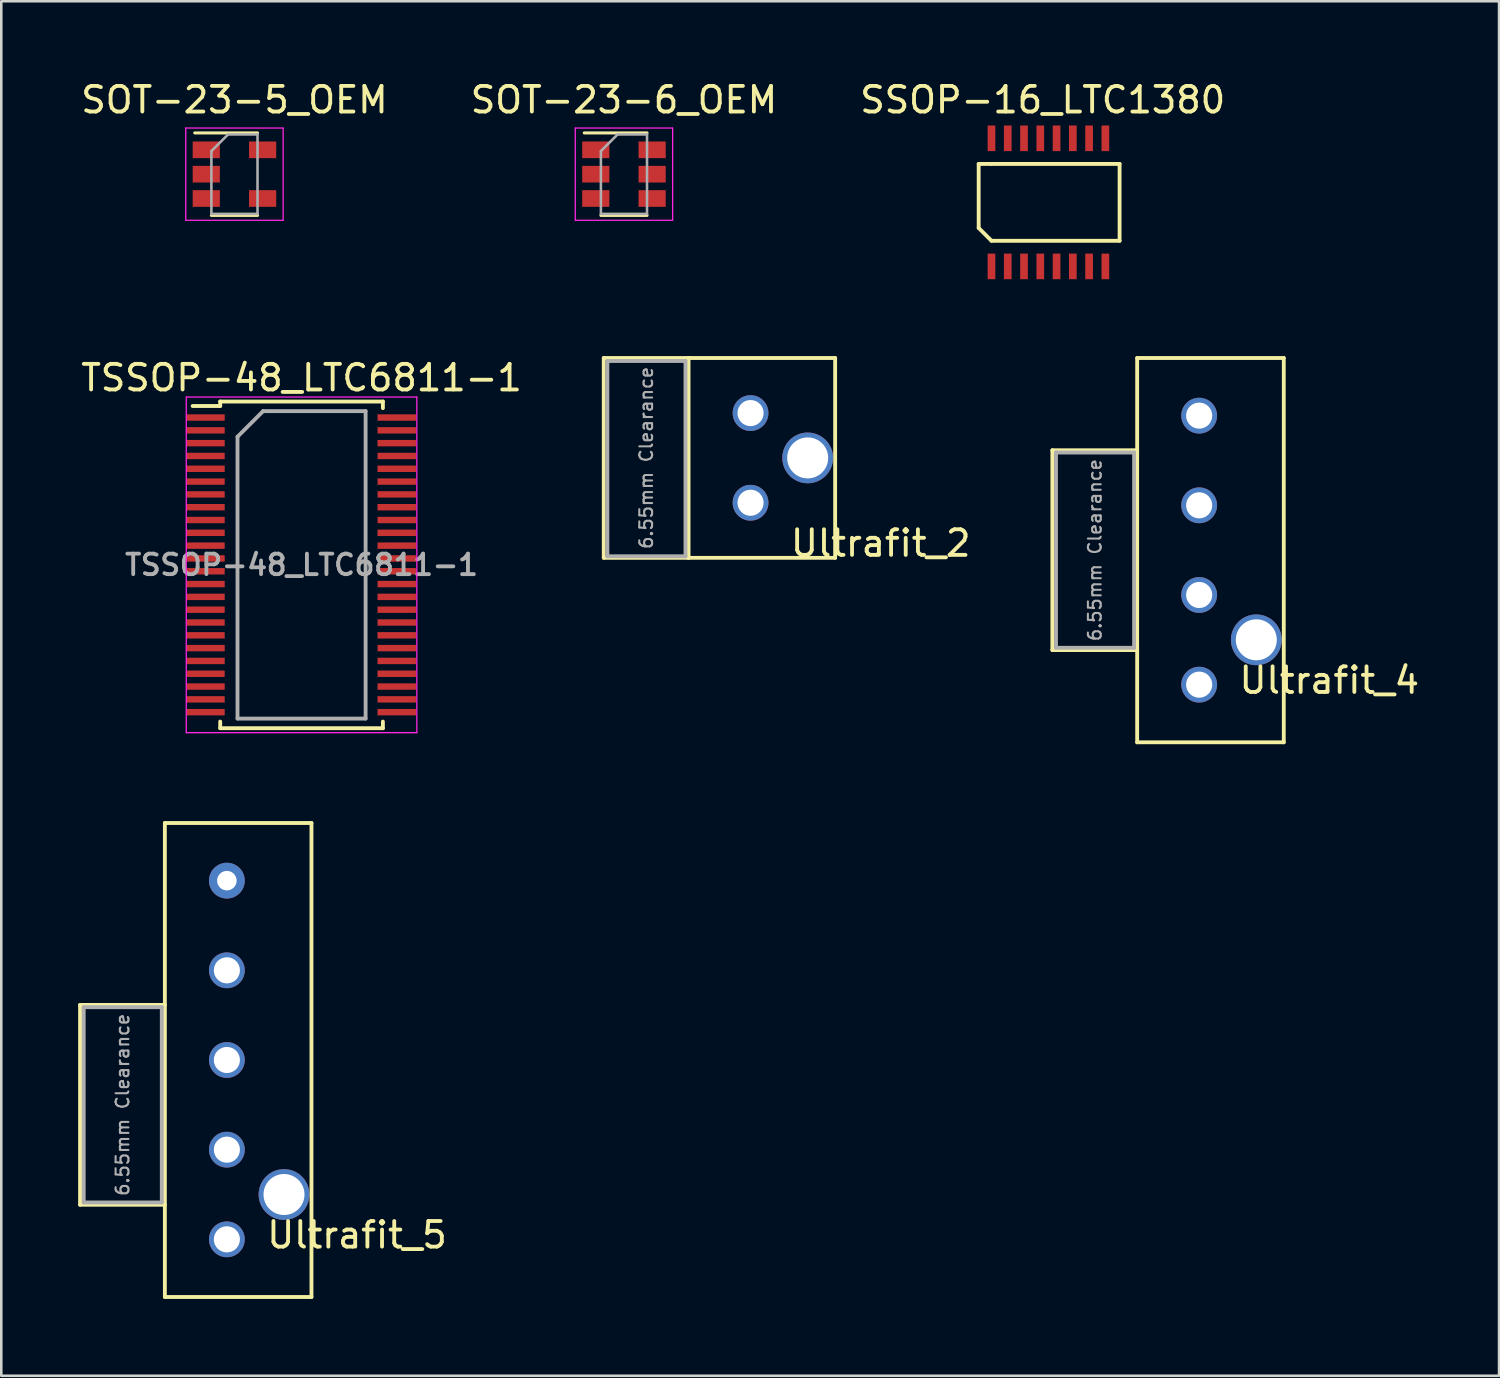
<source format=kicad_pcb>
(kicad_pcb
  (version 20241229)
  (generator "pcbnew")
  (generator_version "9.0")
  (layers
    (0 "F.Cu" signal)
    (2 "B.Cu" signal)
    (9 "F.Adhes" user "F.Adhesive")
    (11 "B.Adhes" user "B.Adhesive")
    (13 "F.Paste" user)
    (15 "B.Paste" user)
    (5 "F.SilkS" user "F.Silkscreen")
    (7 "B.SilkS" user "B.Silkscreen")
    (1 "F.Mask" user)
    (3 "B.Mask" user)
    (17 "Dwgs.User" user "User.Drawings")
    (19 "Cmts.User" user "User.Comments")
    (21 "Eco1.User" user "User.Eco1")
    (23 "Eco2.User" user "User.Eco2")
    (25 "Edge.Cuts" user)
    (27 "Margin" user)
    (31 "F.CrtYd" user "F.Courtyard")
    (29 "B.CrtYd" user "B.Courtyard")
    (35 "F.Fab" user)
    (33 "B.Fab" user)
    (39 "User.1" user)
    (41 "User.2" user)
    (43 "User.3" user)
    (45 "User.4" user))
  (footprint "SOT-23-5_OEM"
    (layer "F.Cu")
    (at 6.101 3.748)
    (property "Reference" "SOT-23-5_OEM" (at 0 -2.9 0) (layer "F.SilkS") (effects (font (size 1 1) (thickness 0.15))))
    (attr smd)
    (fp_line (start -0.9 1.61) (end 0.9 1.61) (stroke (width 0.12) (type solid)) (layer "F.SilkS"))
    (fp_line (start 0.9 -1.61) (end -1.55 -1.61) (stroke (width 0.12) (type solid)) (layer "F.SilkS"))
    (fp_line (start -1.9 -1.8) (end 1.9 -1.8) (stroke (width 0.05) (type solid)) (layer "F.CrtYd"))
    (fp_line (start -1.9 1.8) (end -1.9 -1.8) (stroke (width 0.05) (type solid)) (layer "F.CrtYd"))
    (fp_line (start 1.9 -1.8) (end 1.9 1.8) (stroke (width 0.05) (type solid)) (layer "F.CrtYd"))
    (fp_line (start 1.9 1.8) (end -1.9 1.8) (stroke (width 0.05) (type solid)) (layer "F.CrtYd"))
    (fp_line (start -0.9 -0.9) (end -0.9 1.55) (stroke (width 0.1) (type solid)) (layer "F.Fab"))
    (fp_line (start -0.9 -0.9) (end -0.25 -1.55) (stroke (width 0.1) (type solid)) (layer "F.Fab"))
    (fp_line (start 0.9 -1.55) (end -0.25 -1.55) (stroke (width 0.1) (type solid)) (layer "F.Fab"))
    (fp_line (start 0.9 -1.55) (end 0.9 1.55) (stroke (width 0.1) (type solid)) (layer "F.Fab"))
    (fp_line (start 0.9 1.55) (end -0.9 1.55) (stroke (width 0.1) (type solid)) (layer "F.Fab"))
    (pad "1" smd rect (at -1.1 -0.95) (size 1.06 0.65) (layers "F.Cu" "F.Mask" "F.Paste"))
    (pad "2" smd rect (at -1.1 0) (size 1.06 0.65) (layers "F.Cu" "F.Mask" "F.Paste"))
    (pad "3" smd rect (at -1.1 0.95) (size 1.06 0.65) (layers "F.Cu" "F.Mask" "F.Paste"))
    (pad "4" smd rect (at 1.1 0.95) (size 1.06 0.65) (layers "F.Cu" "F.Mask" "F.Paste"))
    (pad "5" smd rect (at 1.1 -0.95) (size 1.06 0.65) (layers "F.Cu" "F.Mask" "F.Paste")))
  (footprint "Ultrafit_2"
    (layer "F.Cu")
    (at 26.245 13.073)
    (property "Reference" "Ultrafit_2" (at 5.08 5.08 0) (layer "F.SilkS") (effects (font (size 1 1) (thickness 0.15))))
    (attr through_hole)
    (fp_line (start -5.73 -2.15) (end -5.73 5.65) (stroke (width 0.15) (type solid)) (layer "F.SilkS"))
    (fp_line (start -5.73 5.65) (end -2.42 5.65) (stroke (width 0.15) (type solid)) (layer "F.SilkS"))
    (fp_line (start -2.42 -2.15) (end -5.73 -2.15) (stroke (width 0.15) (type solid)) (layer "F.SilkS"))
    (fp_line (start -2.42 -2.15) (end 3.302 -2.15) (stroke (width 0.15) (type solid)) (layer "F.SilkS"))
    (fp_line (start -2.42 5.65) (end -2.42 -2.15) (stroke (width 0.15) (type solid)) (layer "F.SilkS"))
    (fp_line (start -2.42 5.65) (end 3.302 5.65) (stroke (width 0.15) (type solid)) (layer "F.SilkS"))
    (fp_line (start 3.302 5.65) (end 3.302 -2.15) (stroke (width 0.15) (type solid)) (layer "F.SilkS"))
    (fp_line (start -5.588 -2.032) (end -2.54 -2.032) (stroke (width 0.15) (type solid)) (layer "F.Fab"))
    (fp_line (start -5.588 5.588) (end -5.588 -2.032) (stroke (width 0.15) (type solid)) (layer "F.Fab"))
    (fp_line (start -2.54 -2.032) (end -2.54 5.588) (stroke (width 0.15) (type solid)) (layer "F.Fab"))
    (fp_line (start -2.54 5.588) (end -5.588 5.588) (stroke (width 0.15) (type solid)) (layer "F.Fab"))
    (fp_text user "6.55mm Clearance" (at -4.07 1.75 90) (layer "F.Fab") (effects (font (size 0.5 0.5) (thickness 0.08))))
    (pad "" thru_hole circle (at 2.23 1.75) (size 1.981 1.981) (drill 1.6) (layers "*.Cu" "*.Mask"))
    (pad "1" thru_hole circle (at 0 3.5) (size 1.397 1.397) (drill 1.02) (layers "*.Cu" "*.Mask"))
    (pad "2" thru_hole circle (at 0 0) (size 1.397 1.397) (drill 1.02) (layers "*.Cu" "*.Mask")))
  (footprint "Ultrafit_4"
    (layer "F.Cu")
    (at 43.755 18.423)
    (property "Reference" "Ultrafit_4" (at 5.08 5.08 0) (layer "F.SilkS") (effects (font (size 1 1) (thickness 0.15))))
    (attr through_hole)
    (fp_line (start -5.73 -3.9) (end -5.73 3.9) (stroke (width 0.15) (type solid)) (layer "F.SilkS"))
    (fp_line (start -5.73 3.9) (end -2.42 3.9) (stroke (width 0.15) (type solid)) (layer "F.SilkS"))
    (fp_line (start -2.42 -7.5) (end 3.302 -7.5) (stroke (width 0.15) (type solid)) (layer "F.SilkS"))
    (fp_line (start -2.42 -3.9) (end -5.73 -3.9) (stroke (width 0.15) (type solid)) (layer "F.SilkS"))
    (fp_line (start -2.42 7.5) (end -2.42 -7.5) (stroke (width 0.15) (type solid)) (layer "F.SilkS"))
    (fp_line (start -2.42 7.5) (end 3.302 7.5) (stroke (width 0.15) (type solid)) (layer "F.SilkS"))
    (fp_line (start 3.302 7.5) (end 3.302 -7.5) (stroke (width 0.15) (type solid)) (layer "F.SilkS"))
    (fp_line (start -5.588 -3.81) (end -2.54 -3.81) (stroke (width 0.15) (type solid)) (layer "F.Fab"))
    (fp_line (start -5.588 3.81) (end -5.588 -3.81) (stroke (width 0.15) (type solid)) (layer "F.Fab"))
    (fp_line (start -2.54 -3.81) (end -2.54 3.81) (stroke (width 0.15) (type solid)) (layer "F.Fab"))
    (fp_line (start -2.54 3.81) (end -5.588 3.81) (stroke (width 0.15) (type solid)) (layer "F.Fab"))
    (fp_text user "6.55mm Clearance" (at -4.07 0 90) (layer "F.Fab") (effects (font (size 0.5 0.5) (thickness 0.08))))
    (pad "" thru_hole circle (at 2.23 3.5) (size 1.981 1.981) (drill 1.6) (layers "*.Cu" "*.Mask"))
    (pad "1" thru_hole circle (at 0 5.25) (size 1.397 1.397) (drill 1.02) (layers "*.Cu" "*.Mask"))
    (pad "2" thru_hole circle (at 0 1.75) (size 1.397 1.397) (drill 1.02) (layers "*.Cu" "*.Mask"))
    (pad "3" thru_hole circle (at 0 -1.75 180) (size 1.397 1.397) (drill 1.02) (layers "*.Cu" "*.Mask"))
    (pad "4" thru_hole circle (at 0 -5.25 180) (size 1.397 1.397) (drill 1.02) (layers "*.Cu" "*.Mask")))
  (footprint "Ultrafit_5"
    (layer "F.Cu")
    (at 5.805 40.073)
    (property "Reference" "Ultrafit_5" (at 5.08 5.08 0) (layer "F.SilkS") (effects (font (size 1 1) (thickness 0.15))))
    (attr through_hole)
    (fp_line (start -5.73 -3.9) (end -5.73 3.9) (stroke (width 0.15) (type solid)) (layer "F.SilkS"))
    (fp_line (start -5.73 3.9) (end -2.42 3.9) (stroke (width 0.15) (type solid)) (layer "F.SilkS"))
    (fp_line (start -2.42 -11) (end 3.302 -11) (stroke (width 0.15) (type solid)) (layer "F.SilkS"))
    (fp_line (start -2.42 -3.9) (end -5.73 -3.9) (stroke (width 0.15) (type solid)) (layer "F.SilkS"))
    (fp_line (start -2.42 7.5) (end -2.42 -11) (stroke (width 0.15) (type solid)) (layer "F.SilkS"))
    (fp_line (start -2.42 7.5) (end 3.302 7.5) (stroke (width 0.15) (type solid)) (layer "F.SilkS"))
    (fp_line (start 3.302 7.5) (end 3.302 -11) (stroke (width 0.15) (type solid)) (layer "F.SilkS"))
    (fp_line (start -5.588 -3.81) (end -2.54 -3.81) (stroke (width 0.15) (type solid)) (layer "F.Fab"))
    (fp_line (start -5.588 3.81) (end -5.588 -3.81) (stroke (width 0.15) (type solid)) (layer "F.Fab"))
    (fp_line (start -2.54 -3.81) (end -2.54 3.81) (stroke (width 0.15) (type solid)) (layer "F.Fab"))
    (fp_line (start -2.54 3.81) (end -5.588 3.81) (stroke (width 0.15) (type solid)) (layer "F.Fab"))
    (fp_text user "6.55mm Clearance" (at -4.07 0 90) (layer "F.Fab") (effects (font (size 0.5 0.5) (thickness 0.08))))
    (pad "" thru_hole circle (at 2.23 3.5) (size 1.981 1.981) (drill 1.6) (layers "*.Cu" "*.Mask"))
    (pad "1" thru_hole circle (at 0 5.25) (size 1.397 1.397) (drill 1.02) (layers "*.Cu" "*.Mask"))
    (pad "2" thru_hole circle (at 0 1.75) (size 1.397 1.397) (drill 1.02) (layers "*.Cu" "*.Mask"))
    (pad "3" thru_hole circle (at 0 -1.75 180) (size 1.397 1.397) (drill 1.02) (layers "*.Cu" "*.Mask"))
    (pad "4" thru_hole circle (at 0 -5.25 180) (size 1.397 1.397) (drill 1.02) (layers "*.Cu" "*.Mask"))
    (pad "5" thru_hole circle (at 0 -8.75) (size 1.397 1.397) (drill 0.762) (layers "*.Cu" "*.Mask")))
  (footprint "SSOP-16_LTC1380"
    (layer "F.Cu")
    (at 35.649 2.348)
    (property "Reference" "SSOP-16_LTC1380" (at 2 -1.5 0) (layer "F.SilkS") (effects (font (size 1 1) (thickness 0.15))))
    (attr through_hole)
    (fp_line (start -0.5 1) (end 0 1) (stroke (width 0.15) (type solid)) (layer "F.SilkS"))
    (fp_line (start -0.5 3.5) (end -0.5 1) (stroke (width 0.15) (type solid)) (layer "F.SilkS"))
    (fp_line (start 0 4) (end -0.5 3.5) (stroke (width 0.15) (type solid)) (layer "F.SilkS"))
    (fp_line (start 5 1) (end 0 1) (stroke (width 0.15) (type solid)) (layer "F.SilkS"))
    (fp_line (start 5 1) (end 5 4) (stroke (width 0.15) (type solid)) (layer "F.SilkS"))
    (fp_line (start 5 4) (end 0 4) (stroke (width 0.15) (type solid)) (layer "F.SilkS"))
    (pad "1" smd rect (at 0 5) (size 0.3 1) (layers "F.Cu" "F.Mask" "F.Paste"))
    (pad "2" smd rect (at 0.635 5) (size 0.3 1) (layers "F.Cu" "F.Mask" "F.Paste"))
    (pad "3" smd rect (at 1.27 5) (size 0.3 1) (layers "F.Cu" "F.Mask" "F.Paste"))
    (pad "4" smd rect (at 1.905 5) (size 0.3 1) (layers "F.Cu" "F.Mask" "F.Paste"))
    (pad "5" smd rect (at 2.54 5) (size 0.3 1) (layers "F.Cu" "F.Mask" "F.Paste"))
    (pad "6" smd rect (at 3.175 5) (size 0.3 1) (layers "F.Cu" "F.Mask" "F.Paste"))
    (pad "7" smd rect (at 3.81 5) (size 0.3 1) (layers "F.Cu" "F.Mask" "F.Paste"))
    (pad "8" smd rect (at 4.445 5) (size 0.3 1) (layers "F.Cu" "F.Mask" "F.Paste"))
    (pad "9" smd rect (at 4.445 0) (size 0.3 1) (layers "F.Cu" "F.Mask" "F.Paste"))
    (pad "10" smd rect (at 3.81 0) (size 0.3 1) (layers "F.Cu" "F.Mask" "F.Paste"))
    (pad "11" smd rect (at 3.175 0) (size 0.3 1) (layers "F.Cu" "F.Mask" "F.Paste"))
    (pad "12" smd rect (at 2.54 0) (size 0.3 1) (layers "F.Cu" "F.Mask" "F.Paste"))
    (pad "13" smd rect (at 1.905 0) (size 0.3 1) (layers "F.Cu" "F.Mask" "F.Paste"))
    (pad "14" smd rect (at 1.27 0) (size 0.3 1) (layers "F.Cu" "F.Mask" "F.Paste"))
    (pad "15" smd rect (at 0.635 0) (size 0.3 1) (layers "F.Cu" "F.Mask" "F.Paste"))
    (pad "16" smd rect (at 0 0) (size 0.3 1) (layers "F.Cu" "F.Mask" "F.Paste")))
  (footprint "SOT-23-6_OEM"
    (layer "F.Cu")
    (at 21.304 3.748)
    (property "Reference" "SOT-23-6_OEM" (at 0 -2.9 0) (layer "F.SilkS") (effects (font (size 1 1) (thickness 0.15))))
    (attr smd)
    (fp_line (start -0.9 1.61) (end 0.9 1.61) (stroke (width 0.12) (type solid)) (layer "F.SilkS"))
    (fp_line (start 0.9 -1.61) (end -1.55 -1.61) (stroke (width 0.12) (type solid)) (layer "F.SilkS"))
    (fp_line (start -1.9 -1.8) (end -1.9 1.8) (stroke (width 0.05) (type solid)) (layer "F.CrtYd"))
    (fp_line (start -1.9 1.8) (end 1.9 1.8) (stroke (width 0.05) (type solid)) (layer "F.CrtYd"))
    (fp_line (start 1.9 -1.8) (end -1.9 -1.8) (stroke (width 0.05) (type solid)) (layer "F.CrtYd"))
    (fp_line (start 1.9 1.8) (end 1.9 -1.8) (stroke (width 0.05) (type solid)) (layer "F.CrtYd"))
    (fp_line (start -0.9 -0.9) (end -0.9 1.55) (stroke (width 0.1) (type solid)) (layer "F.Fab"))
    (fp_line (start -0.9 -0.9) (end -0.25 -1.55) (stroke (width 0.1) (type solid)) (layer "F.Fab"))
    (fp_line (start 0.9 -1.55) (end -0.25 -1.55) (stroke (width 0.1) (type solid)) (layer "F.Fab"))
    (fp_line (start 0.9 -1.55) (end 0.9 1.55) (stroke (width 0.1) (type solid)) (layer "F.Fab"))
    (fp_line (start 0.9 1.55) (end -0.9 1.55) (stroke (width 0.1) (type solid)) (layer "F.Fab"))
    (pad "1" smd rect (at -1.1 -0.95) (size 1.06 0.65) (layers "F.Cu" "F.Mask" "F.Paste"))
    (pad "2" smd rect (at -1.1 0) (size 1.06 0.65) (layers "F.Cu" "F.Mask" "F.Paste"))
    (pad "3" smd rect (at -1.1 0.95) (size 1.06 0.65) (layers "F.Cu" "F.Mask" "F.Paste"))
    (pad "4" smd rect (at 1.1 0.95) (size 1.06 0.65) (layers "F.Cu" "F.Mask" "F.Paste"))
    (pad "5" smd rect (at 1.1 0) (size 1.06 0.65) (layers "F.Cu" "F.Mask" "F.Paste"))
    (pad "6" smd rect (at 1.1 -0.95) (size 1.06 0.65) (layers "F.Cu" "F.Mask" "F.Paste")))
  (footprint "TSSOP-48_LTC6811-1"
    (layer "F.Cu")
    (at 8.72 18.997)
    (property "Reference" "TSSOP-48_LTC6811-1" (at 0 -7.3 0) (layer "F.SilkS") (effects (font (size 1 1) (thickness 0.15))))
    (attr smd)
    (fp_line (start -3.175 -6.375) (end -3.175 -6.2) (stroke (width 0.15) (type solid)) (layer "F.SilkS"))
    (fp_line (start -3.175 -6.375) (end 3.175 -6.375) (stroke (width 0.15) (type solid)) (layer "F.SilkS"))
    (fp_line (start -3.175 -6.2) (end -4.25 -6.2) (stroke (width 0.15) (type solid)) (layer "F.SilkS"))
    (fp_line (start -3.175 6.375) (end -3.175 6.117) (stroke (width 0.15) (type solid)) (layer "F.SilkS"))
    (fp_line (start -3.175 6.375) (end 3.175 6.375) (stroke (width 0.15) (type solid)) (layer "F.SilkS"))
    (fp_line (start 3.175 -6.375) (end 3.175 -6.117) (stroke (width 0.15) (type solid)) (layer "F.SilkS"))
    (fp_line (start 3.175 6.375) (end 3.175 6.117) (stroke (width 0.15) (type solid)) (layer "F.SilkS"))
    (fp_line (start -4.5 -6.55) (end -4.5 6.55) (stroke (width 0.05) (type solid)) (layer "F.CrtYd"))
    (fp_line (start -4.5 -6.55) (end 4.5 -6.55) (stroke (width 0.05) (type solid)) (layer "F.CrtYd"))
    (fp_line (start -4.5 6.55) (end 4.5 6.55) (stroke (width 0.05) (type solid)) (layer "F.CrtYd"))
    (fp_line (start 4.5 -6.55) (end 4.5 6.55) (stroke (width 0.05) (type solid)) (layer "F.CrtYd"))
    (fp_line (start -2.5 -5) (end -1.5 -6) (stroke (width 0.15) (type solid)) (layer "F.Fab"))
    (fp_line (start -2.5 6) (end -2.5 -5) (stroke (width 0.15) (type solid)) (layer "F.Fab"))
    (fp_line (start -2.5 6) (end 2.5 6) (stroke (width 0.15) (type solid)) (layer "F.Fab"))
    (fp_line (start -1.5 -6) (end 2.5 -6) (stroke (width 0.15) (type solid)) (layer "F.Fab"))
    (fp_line (start 2.5 6) (end 2.5 -6) (stroke (width 0.15) (type solid)) (layer "F.Fab"))
    (fp_text user "${REFERENCE}" (at 0 0 0) (layer "F.Fab") (effects (font (size 0.8 0.8) (thickness 0.15))))
    (pad "1" smd rect (at -3.75 -5.75) (size 1.5 0.25) (layers "F.Cu" "F.Mask" "F.Paste"))
    (pad "2" smd rect (at -3.75 -5.25) (size 1.5 0.25) (layers "F.Cu" "F.Mask" "F.Paste"))
    (pad "3" smd rect (at -3.75 -4.75) (size 1.5 0.25) (layers "F.Cu" "F.Mask" "F.Paste"))
    (pad "4" smd rect (at -3.75 -4.25) (size 1.5 0.25) (layers "F.Cu" "F.Mask" "F.Paste"))
    (pad "5" smd rect (at -3.75 -3.75) (size 1.5 0.25) (layers "F.Cu" "F.Mask" "F.Paste"))
    (pad "6" smd rect (at -3.75 -3.25) (size 1.5 0.25) (layers "F.Cu" "F.Mask" "F.Paste"))
    (pad "7" smd rect (at -3.75 -2.75) (size 1.5 0.25) (layers "F.Cu" "F.Mask" "F.Paste"))
    (pad "8" smd rect (at -3.75 -2.25) (size 1.5 0.25) (layers "F.Cu" "F.Mask" "F.Paste"))
    (pad "9" smd rect (at -3.75 -1.75) (size 1.5 0.25) (layers "F.Cu" "F.Mask" "F.Paste"))
    (pad "10" smd rect (at -3.75 -1.25) (size 1.5 0.25) (layers "F.Cu" "F.Mask" "F.Paste"))
    (pad "11" smd rect (at -3.75 -0.75) (size 1.5 0.25) (layers "F.Cu" "F.Mask" "F.Paste"))
    (pad "12" smd rect (at -3.75 -0.25) (size 1.5 0.25) (layers "F.Cu" "F.Mask" "F.Paste"))
    (pad "13" smd rect (at -3.75 0.25) (size 1.5 0.25) (layers "F.Cu" "F.Mask" "F.Paste"))
    (pad "14" smd rect (at -3.75 0.75) (size 1.5 0.25) (layers "F.Cu" "F.Mask" "F.Paste"))
    (pad "15" smd rect (at -3.75 1.25) (size 1.5 0.25) (layers "F.Cu" "F.Mask" "F.Paste"))
    (pad "16" smd rect (at -3.75 1.75) (size 1.5 0.25) (layers "F.Cu" "F.Mask" "F.Paste"))
    (pad "17" smd rect (at -3.75 2.25) (size 1.5 0.25) (layers "F.Cu" "F.Mask" "F.Paste"))
    (pad "18" smd rect (at -3.75 2.75) (size 1.5 0.25) (layers "F.Cu" "F.Mask" "F.Paste"))
    (pad "19" smd rect (at -3.75 3.25) (size 1.5 0.25) (layers "F.Cu" "F.Mask" "F.Paste"))
    (pad "20" smd rect (at -3.75 3.75) (size 1.5 0.25) (layers "F.Cu" "F.Mask" "F.Paste"))
    (pad "21" smd rect (at -3.75 4.25) (size 1.5 0.25) (layers "F.Cu" "F.Mask" "F.Paste"))
    (pad "22" smd rect (at -3.75 4.75) (size 1.5 0.25) (layers "F.Cu" "F.Mask" "F.Paste"))
    (pad "23" smd rect (at -3.75 5.25) (size 1.5 0.25) (layers "F.Cu" "F.Mask" "F.Paste"))
    (pad "24" smd rect (at -3.75 5.75) (size 1.5 0.25) (layers "F.Cu" "F.Mask" "F.Paste"))
    (pad "25" smd rect (at 3.715 5.75) (size 1.5 0.25) (layers "F.Cu" "F.Mask" "F.Paste"))
    (pad "26" smd rect (at 3.715 5.25) (size 1.5 0.25) (layers "F.Cu" "F.Mask" "F.Paste"))
    (pad "27" smd rect (at 3.715 4.75) (size 1.5 0.25) (layers "F.Cu" "F.Mask" "F.Paste"))
    (pad "28" smd rect (at 3.715 4.25) (size 1.5 0.25) (layers "F.Cu" "F.Mask" "F.Paste"))
    (pad "29" smd rect (at 3.715 3.75) (size 1.5 0.25) (layers "F.Cu" "F.Mask" "F.Paste"))
    (pad "30" smd rect (at 3.715 3.25) (size 1.5 0.25) (layers "F.Cu" "F.Mask" "F.Paste"))
    (pad "31" smd rect (at 3.715 2.75) (size 1.5 0.25) (layers "F.Cu" "F.Mask" "F.Paste"))
    (pad "32" smd rect (at 3.715 2.25) (size 1.5 0.25) (layers "F.Cu" "F.Mask" "F.Paste"))
    (pad "33" smd rect (at 3.715 1.75) (size 1.5 0.25) (layers "F.Cu" "F.Mask" "F.Paste"))
    (pad "34" smd rect (at 3.715 1.25) (size 1.5 0.25) (layers "F.Cu" "F.Mask" "F.Paste"))
    (pad "35" smd rect (at 3.715 0.75) (size 1.5 0.25) (layers "F.Cu" "F.Mask" "F.Paste"))
    (pad "36" smd rect (at 3.715 0.25) (size 1.5 0.25) (layers "F.Cu" "F.Mask" "F.Paste"))
    (pad "37" smd rect (at 3.715 -0.25) (size 1.5 0.25) (layers "F.Cu" "F.Mask" "F.Paste"))
    (pad "38" smd rect (at 3.715 -0.75) (size 1.5 0.25) (layers "F.Cu" "F.Mask" "F.Paste"))
    (pad "39" smd rect (at 3.715 -1.25) (size 1.5 0.25) (layers "F.Cu" "F.Mask" "F.Paste"))
    (pad "40" smd rect (at 3.715 -1.75) (size 1.5 0.25) (layers "F.Cu" "F.Mask" "F.Paste"))
    (pad "41" smd rect (at 3.715 -2.25) (size 1.5 0.25) (layers "F.Cu" "F.Mask" "F.Paste"))
    (pad "42" smd rect (at 3.715 -2.75) (size 1.5 0.25) (layers "F.Cu" "F.Mask" "F.Paste"))
    (pad "43" smd rect (at 3.715 -3.25) (size 1.5 0.25) (layers "F.Cu" "F.Mask" "F.Paste"))
    (pad "44" smd rect (at 3.715 -3.75) (size 1.5 0.25) (layers "F.Cu" "F.Mask" "F.Paste"))
    (pad "45" smd rect (at 3.715 -4.25) (size 1.5 0.25) (layers "F.Cu" "F.Mask" "F.Paste"))
    (pad "46" smd rect (at 3.715 -4.75) (size 1.5 0.25) (layers "F.Cu" "F.Mask" "F.Paste"))
    (pad "47" smd rect (at 3.715 -5.25) (size 1.5 0.25) (layers "F.Cu" "F.Mask" "F.Paste"))
    (pad "48" smd rect (at 3.715 -5.75) (size 1.5 0.25) (layers "F.Cu" "F.Mask" "F.Paste")))
  (gr_rect
    (start -3 -3)
    (end 55.46 50.648)
    (stroke (width 0.1) (type default))
    (fill no)
    (layer "Edge.Cuts")))
</source>
